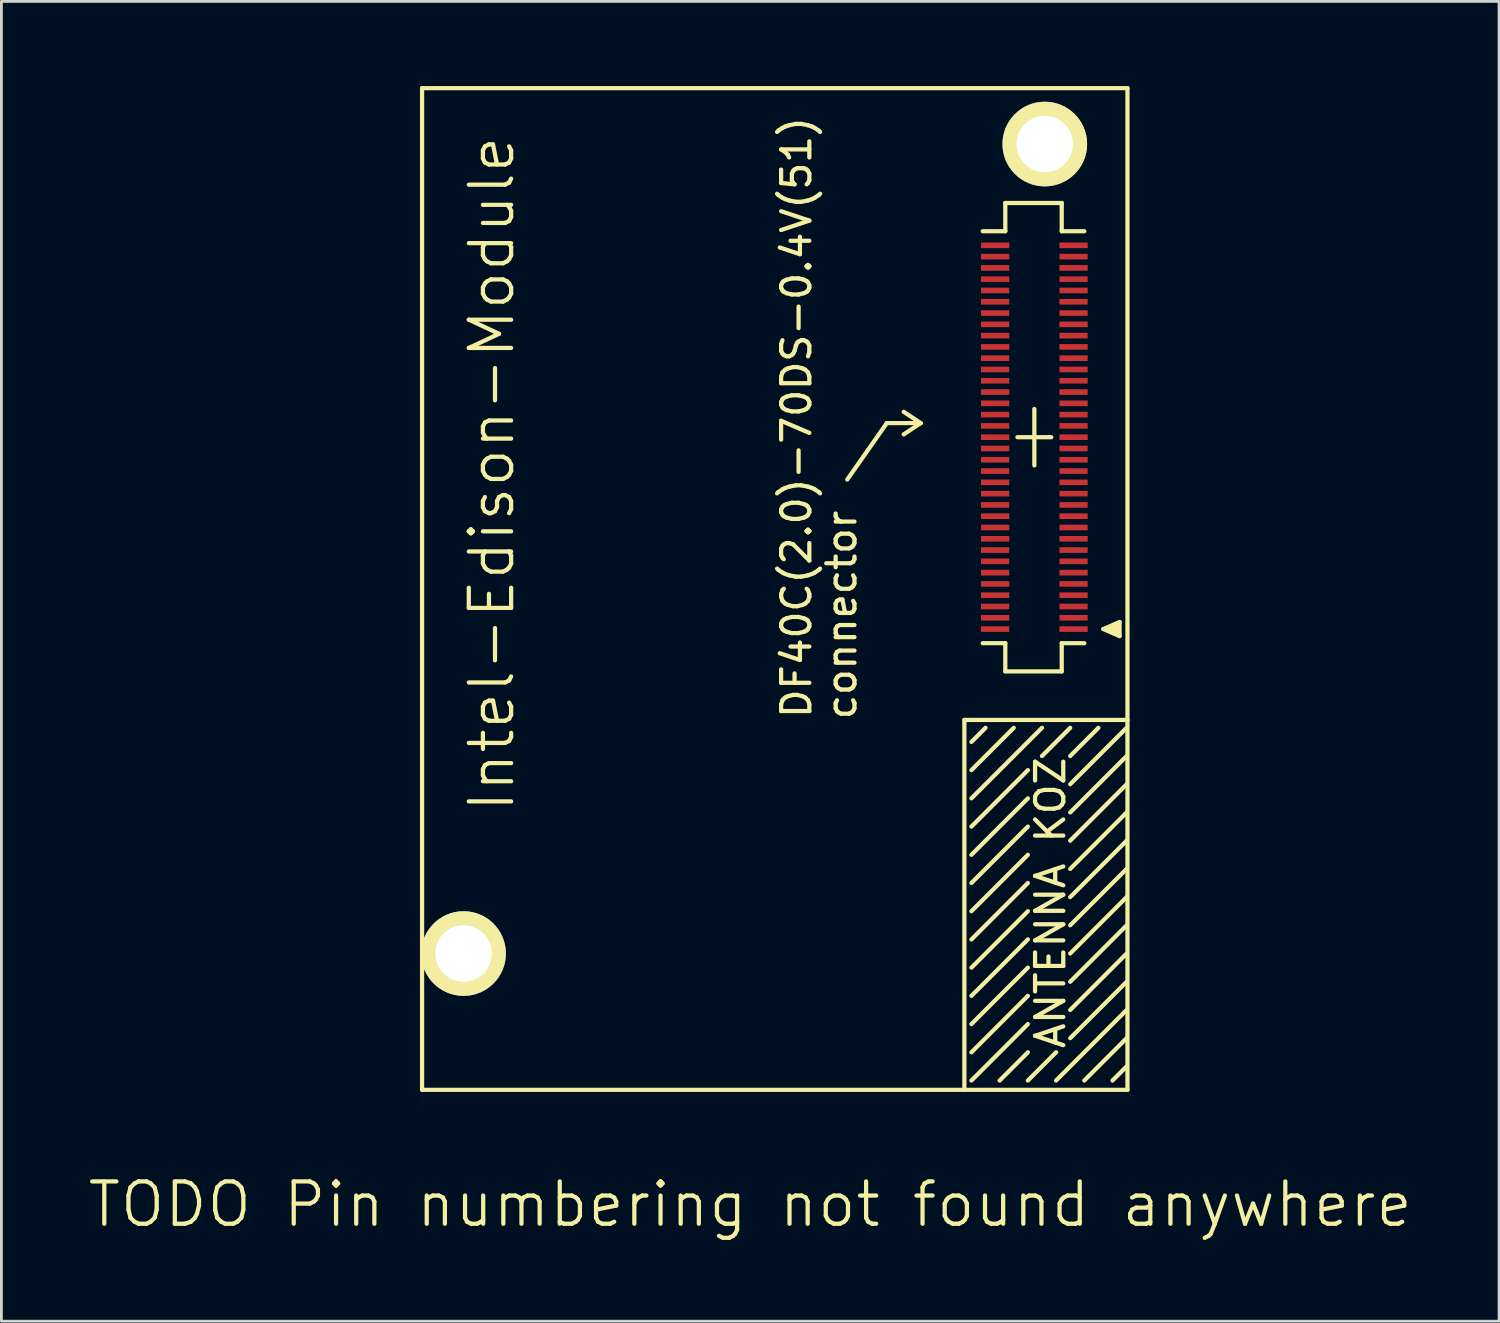
<source format=kicad_pcb>
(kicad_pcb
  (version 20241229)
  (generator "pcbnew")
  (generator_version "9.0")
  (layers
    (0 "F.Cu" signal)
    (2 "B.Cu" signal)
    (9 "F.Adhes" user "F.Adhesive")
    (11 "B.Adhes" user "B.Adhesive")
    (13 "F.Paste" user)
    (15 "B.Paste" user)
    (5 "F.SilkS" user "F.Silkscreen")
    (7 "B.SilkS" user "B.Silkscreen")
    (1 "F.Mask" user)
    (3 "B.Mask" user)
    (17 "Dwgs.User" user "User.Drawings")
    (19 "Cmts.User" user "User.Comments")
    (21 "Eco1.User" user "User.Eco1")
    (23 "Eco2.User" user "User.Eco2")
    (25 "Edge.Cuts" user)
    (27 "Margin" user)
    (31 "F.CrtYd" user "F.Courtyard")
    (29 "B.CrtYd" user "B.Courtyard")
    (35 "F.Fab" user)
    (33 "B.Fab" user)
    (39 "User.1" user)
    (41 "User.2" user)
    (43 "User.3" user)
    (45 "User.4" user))
  (footprint "Intel-Edison-Module"
    (layer "F.Cu")
    (at 13.379 30.745)
    (property "Reference" "Intel-Edison-Module" (at 1 -17 90) (layer "F.SilkS") (effects (font (size 1.5 1.5) (thickness 0.15))))
    (attr through_hole)
    (fp_line (start -1.47 4.83) (end -1.47 -30.67) (stroke (width 0.15) (type solid)) (layer "F.SilkS"))
    (fp_line (start -1.47 4.83) (end 23.53 4.83) (stroke (width 0.15) (type solid)) (layer "F.SilkS"))
    (fp_line (start 13.6 -16.8) (end 15 -18.8) (stroke (width 0.15) (type solid)) (layer "F.SilkS"))
    (fp_line (start 15 -18.8) (end 16.2 -18.8) (stroke (width 0.15) (type solid)) (layer "F.SilkS"))
    (fp_line (start 15.6 -18.4) (end 16.2 -18.8) (stroke (width 0.15) (type solid)) (layer "F.SilkS"))
    (fp_line (start 16.2 -18.8) (end 15.6 -19.2) (stroke (width 0.15) (type solid)) (layer "F.SilkS"))
    (fp_line (start 17.75 -8.28) (end 17.75 4.83) (stroke (width 0.15) (type solid)) (layer "F.SilkS"))
    (fp_line (start 17.75 -8.28) (end 23.53 -8.28) (stroke (width 0.15) (type solid)) (layer "F.SilkS"))
    (fp_line (start 18 -7.5) (end 18.5 -8) (stroke (width 0.15) (type solid)) (layer "F.SilkS"))
    (fp_line (start 18 -6.5) (end 19.5 -8) (stroke (width 0.15) (type solid)) (layer "F.SilkS"))
    (fp_line (start 18 -5.5) (end 20.5 -8) (stroke (width 0.15) (type solid)) (layer "F.SilkS"))
    (fp_line (start 18 -4.5) (end 20 -6.5) (stroke (width 0.15) (type solid)) (layer "F.SilkS"))
    (fp_line (start 18 -3.5) (end 20 -5.5) (stroke (width 0.15) (type solid)) (layer "F.SilkS"))
    (fp_line (start 18 -2.5) (end 20 -4.5) (stroke (width 0.15) (type solid)) (layer "F.SilkS"))
    (fp_line (start 18 -1.5) (end 20 -3.5) (stroke (width 0.15) (type solid)) (layer "F.SilkS"))
    (fp_line (start 18 -0.5) (end 20 -2.5) (stroke (width 0.15) (type solid)) (layer "F.SilkS"))
    (fp_line (start 18 0.5) (end 20 -1.5) (stroke (width 0.15) (type solid)) (layer "F.SilkS"))
    (fp_line (start 18 1.5) (end 20 -0.5) (stroke (width 0.15) (type solid)) (layer "F.SilkS"))
    (fp_line (start 18 2.5) (end 20 0.5) (stroke (width 0.15) (type solid)) (layer "F.SilkS"))
    (fp_line (start 18 3.5) (end 20 1.5) (stroke (width 0.15) (type solid)) (layer "F.SilkS"))
    (fp_line (start 18 4.5) (end 20 2.5) (stroke (width 0.15) (type solid)) (layer "F.SilkS"))
    (fp_line (start 18.4 -25.6) (end 19.2 -25.6) (stroke (width 0.15) (type solid)) (layer "F.SilkS"))
    (fp_line (start 18.4 -11) (end 19.2 -11) (stroke (width 0.15) (type solid)) (layer "F.SilkS"))
    (fp_line (start 19.2 -26.6) (end 21.2 -26.6) (stroke (width 0.15) (type solid)) (layer "F.SilkS"))
    (fp_line (start 19.2 -25.6) (end 19.2 -26.6) (stroke (width 0.15) (type solid)) (layer "F.SilkS"))
    (fp_line (start 19.2 -11) (end 19.2 -10) (stroke (width 0.15) (type solid)) (layer "F.SilkS"))
    (fp_line (start 19.2 -10) (end 21.2 -10) (stroke (width 0.15) (type solid)) (layer "F.SilkS"))
    (fp_line (start 20 3.5) (end 19 4.5) (stroke (width 0.15) (type solid)) (layer "F.SilkS"))
    (fp_line (start 20.23 -19.3) (end 20.23 -17.3) (stroke (width 0.15) (type solid)) (layer "F.SilkS"))
    (fp_line (start 20.5 -7) (end 21.5 -8) (stroke (width 0.15) (type solid)) (layer "F.SilkS"))
    (fp_line (start 20.83 -18.3) (end 19.63 -18.3) (stroke (width 0.15) (type solid)) (layer "F.SilkS"))
    (fp_line (start 21 3.5) (end 20 4.5) (stroke (width 0.15) (type solid)) (layer "F.SilkS"))
    (fp_line (start 21 4.5) (end 23.5 2) (stroke (width 0.15) (type solid)) (layer "F.SilkS"))
    (fp_line (start 21.2 -26.6) (end 21.2 -25.6) (stroke (width 0.15) (type solid)) (layer "F.SilkS"))
    (fp_line (start 21.2 -25.6) (end 22 -25.6) (stroke (width 0.15) (type solid)) (layer "F.SilkS"))
    (fp_line (start 21.2 -11) (end 22 -11) (stroke (width 0.15) (type solid)) (layer "F.SilkS"))
    (fp_line (start 21.2 -10) (end 21.2 -11) (stroke (width 0.15) (type solid)) (layer "F.SilkS"))
    (fp_line (start 21.5 -7) (end 22.5 -8) (stroke (width 0.15) (type solid)) (layer "F.SilkS"))
    (fp_line (start 21.5 -6) (end 23.5 -8) (stroke (width 0.15) (type solid)) (layer "F.SilkS"))
    (fp_line (start 21.5 -5) (end 23.5 -7) (stroke (width 0.15) (type solid)) (layer "F.SilkS"))
    (fp_line (start 21.5 -4) (end 23.5 -6) (stroke (width 0.15) (type solid)) (layer "F.SilkS"))
    (fp_line (start 21.5 -3) (end 23.5 -5) (stroke (width 0.15) (type solid)) (layer "F.SilkS"))
    (fp_line (start 21.5 -2) (end 23.5 -4) (stroke (width 0.15) (type solid)) (layer "F.SilkS"))
    (fp_line (start 21.5 -1) (end 23.5 -3) (stroke (width 0.15) (type solid)) (layer "F.SilkS"))
    (fp_line (start 21.5 0) (end 23.5 -2) (stroke (width 0.15) (type solid)) (layer "F.SilkS"))
    (fp_line (start 21.5 1) (end 23.5 -1) (stroke (width 0.15) (type solid)) (layer "F.SilkS"))
    (fp_line (start 21.5 2) (end 23.5 0) (stroke (width 0.15) (type solid)) (layer "F.SilkS"))
    (fp_line (start 21.5 3) (end 23.5 1) (stroke (width 0.15) (type solid)) (layer "F.SilkS"))
    (fp_line (start 22 4.5) (end 23.5 3) (stroke (width 0.15) (type solid)) (layer "F.SilkS"))
    (fp_line (start 22.675 -11.5) (end 23.25 -11.25) (stroke (width 0.15) (type solid)) (layer "F.SilkS"))
    (fp_line (start 22.85 -11.525) (end 23.2 -11.6) (stroke (width 0.15) (type solid)) (layer "F.SilkS"))
    (fp_line (start 23 4.5) (end 23.5 4) (stroke (width 0.15) (type solid)) (layer "F.SilkS"))
    (fp_line (start 23.2 -11.6) (end 23.2 -11.35) (stroke (width 0.15) (type solid)) (layer "F.SilkS"))
    (fp_line (start 23.2 -11.35) (end 22.85 -11.525) (stroke (width 0.15) (type solid)) (layer "F.SilkS"))
    (fp_line (start 23.2 -11.35) (end 23.1 -11.55) (stroke (width 0.15) (type solid)) (layer "F.SilkS"))
    (fp_line (start 23.25 -11.75) (end 22.675 -11.5) (stroke (width 0.15) (type solid)) (layer "F.SilkS"))
    (fp_line (start 23.25 -11.25) (end 23.25 -11.75) (stroke (width 0.15) (type solid)) (layer "F.SilkS"))
    (fp_line (start 23.53 -30.67) (end -1.47 -30.67) (stroke (width 0.15) (type solid)) (layer "F.SilkS"))
    (fp_line (start 23.53 4.83) (end 23.53 -30.67) (stroke (width 0.15) (type solid)) (layer "F.SilkS"))
    (fp_text user "DF40C(2.0)-70DS-0.4V(51)" (at 11.8 -19 90) (layer "F.SilkS") (effects (font (size 1 1) (thickness 0.15))))
    (fp_text user "ANTENNA KOZ" (at 20.8 -1.8 90) (layer "F.SilkS") (effects (font (size 1 1) (thickness 0.15))))
    (fp_text user "TODO Pin numbering not found anywhere" (at 10.16 8.89 0) (layer "F.SilkS") (effects (font (size 1.5 1.5) (thickness 0.15))))
    (fp_text user "connector" (at 13.4 -12 90) (layer "F.SilkS") (effects (font (size 1 1) (thickness 0.15))))
    (pad "1" thru_hole circle (at 0 0) (size 3 3) (drill 2) (layers "*.Cu" "*.Mask" "F.SilkS"))
    (pad "1" smd rect (at 22.12 -11.5) (size 1 0.2) (drill (offset -0.5 0)) (layers "F.Cu" "F.Mask" "F.Paste"))
    (pad "2" thru_hole circle (at 20.6 -28.69) (size 3 3) (drill 2) (layers "*.Cu" "*.Mask" "F.SilkS"))
    (pad "2" smd rect (at 22.12 -11.9) (size 1 0.2) (drill (offset -0.5 0)) (layers "F.Cu" "F.Mask" "F.Paste"))
    (pad "3" smd rect (at 22.12 -12.3) (size 1 0.2) (drill (offset -0.5 0)) (layers "F.Cu" "F.Mask" "F.Paste"))
    (pad "4" smd rect (at 22.12 -12.7) (size 1 0.2) (drill (offset -0.5 0)) (layers "F.Cu" "F.Mask" "F.Paste"))
    (pad "5" smd rect (at 22.12 -13.1) (size 1 0.2) (drill (offset -0.5 0)) (layers "F.Cu" "F.Mask" "F.Paste"))
    (pad "6" smd rect (at 22.12 -13.5) (size 1 0.2) (drill (offset -0.5 0)) (layers "F.Cu" "F.Mask" "F.Paste"))
    (pad "7" smd rect (at 22.12 -13.9) (size 1 0.2) (drill (offset -0.5 0)) (layers "F.Cu" "F.Mask" "F.Paste"))
    (pad "8" smd rect (at 22.12 -14.3) (size 1 0.2) (drill (offset -0.5 0)) (layers "F.Cu" "F.Mask" "F.Paste"))
    (pad "9" smd rect (at 22.12 -14.7) (size 1 0.2) (drill (offset -0.5 0)) (layers "F.Cu" "F.Mask" "F.Paste"))
    (pad "10" smd rect (at 22.12 -15.1) (size 1 0.2) (drill (offset -0.5 0)) (layers "F.Cu" "F.Mask" "F.Paste"))
    (pad "11" smd rect (at 22.12 -15.5) (size 1 0.2) (drill (offset -0.5 0)) (layers "F.Cu" "F.Mask" "F.Paste"))
    (pad "12" smd rect (at 22.12 -15.9) (size 1 0.2) (drill (offset -0.5 0)) (layers "F.Cu" "F.Mask" "F.Paste"))
    (pad "13" smd rect (at 22.12 -16.3) (size 1 0.2) (drill (offset -0.5 0)) (layers "F.Cu" "F.Mask" "F.Paste"))
    (pad "14" smd rect (at 22.12 -16.7) (size 1 0.2) (drill (offset -0.5 0)) (layers "F.Cu" "F.Mask" "F.Paste"))
    (pad "15" smd rect (at 22.12 -17.1) (size 1 0.2) (drill (offset -0.5 0)) (layers "F.Cu" "F.Mask" "F.Paste"))
    (pad "16" smd rect (at 22.12 -17.5) (size 1 0.2) (drill (offset -0.5 0)) (layers "F.Cu" "F.Mask" "F.Paste"))
    (pad "17" smd rect (at 22.12 -17.9) (size 1 0.2) (drill (offset -0.5 0)) (layers "F.Cu" "F.Mask" "F.Paste"))
    (pad "18" smd rect (at 22.12 -18.3) (size 1 0.2) (drill (offset -0.5 0)) (layers "F.Cu" "F.Mask" "F.Paste"))
    (pad "19" smd rect (at 22.12 -18.7) (size 1 0.2) (drill (offset -0.5 0)) (layers "F.Cu" "F.Mask" "F.Paste"))
    (pad "20" smd rect (at 22.12 -19.1) (size 1 0.2) (drill (offset -0.5 0)) (layers "F.Cu" "F.Mask" "F.Paste"))
    (pad "21" smd rect (at 22.12 -19.5) (size 1 0.2) (drill (offset -0.5 0)) (layers "F.Cu" "F.Mask" "F.Paste"))
    (pad "22" smd rect (at 22.12 -19.9) (size 1 0.2) (drill (offset -0.5 0)) (layers "F.Cu" "F.Mask" "F.Paste"))
    (pad "23" smd rect (at 22.12 -20.3) (size 1 0.2) (drill (offset -0.5 0)) (layers "F.Cu" "F.Mask" "F.Paste"))
    (pad "24" smd rect (at 22.12 -20.7) (size 1 0.2) (drill (offset -0.5 0)) (layers "F.Cu" "F.Mask" "F.Paste"))
    (pad "25" smd rect (at 22.12 -21.1) (size 1 0.2) (drill (offset -0.5 0)) (layers "F.Cu" "F.Mask" "F.Paste"))
    (pad "26" smd rect (at 22.12 -21.5) (size 1 0.2) (drill (offset -0.5 0)) (layers "F.Cu" "F.Mask" "F.Paste"))
    (pad "27" smd rect (at 22.12 -21.9) (size 1 0.2) (drill (offset -0.5 0)) (layers "F.Cu" "F.Mask" "F.Paste"))
    (pad "28" smd rect (at 22.12 -22.3) (size 1 0.2) (drill (offset -0.5 0)) (layers "F.Cu" "F.Mask" "F.Paste"))
    (pad "29" smd rect (at 22.12 -22.7) (size 1 0.2) (drill (offset -0.5 0)) (layers "F.Cu" "F.Mask" "F.Paste"))
    (pad "30" smd rect (at 22.12 -23.1) (size 1 0.2) (drill (offset -0.5 0)) (layers "F.Cu" "F.Mask" "F.Paste"))
    (pad "31" smd rect (at 22.12 -23.5) (size 1 0.2) (drill (offset -0.5 0)) (layers "F.Cu" "F.Mask" "F.Paste"))
    (pad "32" smd rect (at 22.12 -23.9) (size 1 0.2) (drill (offset -0.5 0)) (layers "F.Cu" "F.Mask" "F.Paste"))
    (pad "33" smd rect (at 22.12 -24.3) (size 1 0.2) (drill (offset -0.5 0)) (layers "F.Cu" "F.Mask" "F.Paste"))
    (pad "34" smd rect (at 22.12 -24.7) (size 1 0.2) (drill (offset -0.5 0)) (layers "F.Cu" "F.Mask" "F.Paste"))
    (pad "35" smd rect (at 22.12 -25.1) (size 1 0.2) (drill (offset -0.5 0)) (layers "F.Cu" "F.Mask" "F.Paste"))
    (pad "36" smd rect (at 18.34 -25.1 180) (size 1 0.2) (drill (offset -0.5 0)) (layers "F.Cu" "F.Mask" "F.Paste"))
    (pad "37" smd rect (at 18.34 -24.7 180) (size 1 0.2) (drill (offset -0.5 0)) (layers "F.Cu" "F.Mask" "F.Paste"))
    (pad "38" smd rect (at 18.34 -24.3 180) (size 1 0.2) (drill (offset -0.5 0)) (layers "F.Cu" "F.Mask" "F.Paste"))
    (pad "39" smd rect (at 18.34 -23.9 180) (size 1 0.2) (drill (offset -0.5 0)) (layers "F.Cu" "F.Mask" "F.Paste"))
    (pad "40" smd rect (at 18.34 -23.5 180) (size 1 0.2) (drill (offset -0.5 0)) (layers "F.Cu" "F.Mask" "F.Paste"))
    (pad "41" smd rect (at 18.34 -23.1 180) (size 1 0.2) (drill (offset -0.5 0)) (layers "F.Cu" "F.Mask" "F.Paste"))
    (pad "42" smd rect (at 18.34 -22.7 180) (size 1 0.2) (drill (offset -0.5 0)) (layers "F.Cu" "F.Mask" "F.Paste"))
    (pad "43" smd rect (at 18.34 -22.3 180) (size 1 0.2) (drill (offset -0.5 0)) (layers "F.Cu" "F.Mask" "F.Paste"))
    (pad "44" smd rect (at 18.34 -21.9 180) (size 1 0.2) (drill (offset -0.5 0)) (layers "F.Cu" "F.Mask" "F.Paste"))
    (pad "45" smd rect (at 18.34 -21.5 180) (size 1 0.2) (drill (offset -0.5 0)) (layers "F.Cu" "F.Mask" "F.Paste"))
    (pad "46" smd rect (at 18.34 -21.1 180) (size 1 0.2) (drill (offset -0.5 0)) (layers "F.Cu" "F.Mask" "F.Paste"))
    (pad "47" smd rect (at 18.34 -20.7 180) (size 1 0.2) (drill (offset -0.5 0)) (layers "F.Cu" "F.Mask" "F.Paste"))
    (pad "48" smd rect (at 18.34 -20.3 180) (size 1 0.2) (drill (offset -0.5 0)) (layers "F.Cu" "F.Mask" "F.Paste"))
    (pad "49" smd rect (at 18.34 -19.9 180) (size 1 0.2) (drill (offset -0.5 0)) (layers "F.Cu" "F.Mask" "F.Paste"))
    (pad "50" smd rect (at 18.34 -19.5 180) (size 1 0.2) (drill (offset -0.5 0)) (layers "F.Cu" "F.Mask" "F.Paste"))
    (pad "51" smd rect (at 18.34 -19.1 180) (size 1 0.2) (drill (offset -0.5 0)) (layers "F.Cu" "F.Mask" "F.Paste"))
    (pad "52" smd rect (at 18.34 -18.7 180) (size 1 0.2) (drill (offset -0.5 0)) (layers "F.Cu" "F.Mask" "F.Paste"))
    (pad "53" smd rect (at 18.34 -18.3 180) (size 1 0.2) (drill (offset -0.5 0)) (layers "F.Cu" "F.Mask" "F.Paste"))
    (pad "54" smd rect (at 18.34 -17.9 180) (size 1 0.2) (drill (offset -0.5 0)) (layers "F.Cu" "F.Mask" "F.Paste"))
    (pad "55" smd rect (at 18.34 -17.5 180) (size 1 0.2) (drill (offset -0.5 0)) (layers "F.Cu" "F.Mask" "F.Paste"))
    (pad "56" smd rect (at 18.34 -17.1 180) (size 1 0.2) (drill (offset -0.5 0)) (layers "F.Cu" "F.Mask" "F.Paste"))
    (pad "57" smd rect (at 18.34 -16.7 180) (size 1 0.2) (drill (offset -0.5 0)) (layers "F.Cu" "F.Mask" "F.Paste"))
    (pad "58" smd rect (at 18.34 -16.3 180) (size 1 0.2) (drill (offset -0.5 0)) (layers "F.Cu" "F.Mask" "F.Paste"))
    (pad "59" smd rect (at 18.34 -15.9 180) (size 1 0.2) (drill (offset -0.5 0)) (layers "F.Cu" "F.Mask" "F.Paste"))
    (pad "60" smd rect (at 18.34 -15.5 180) (size 1 0.2) (drill (offset -0.5 0)) (layers "F.Cu" "F.Mask" "F.Paste"))
    (pad "61" smd rect (at 18.34 -15.1 180) (size 1 0.2) (drill (offset -0.5 0)) (layers "F.Cu" "F.Mask" "F.Paste"))
    (pad "62" smd rect (at 18.34 -14.7 180) (size 1 0.2) (drill (offset -0.5 0)) (layers "F.Cu" "F.Mask" "F.Paste"))
    (pad "63" smd rect (at 18.34 -14.3 180) (size 1 0.2) (drill (offset -0.5 0)) (layers "F.Cu" "F.Mask" "F.Paste"))
    (pad "64" smd rect (at 18.34 -13.9 180) (size 1 0.2) (drill (offset -0.5 0)) (layers "F.Cu" "F.Mask" "F.Paste"))
    (pad "65" smd rect (at 18.34 -13.5 180) (size 1 0.2) (drill (offset -0.5 0)) (layers "F.Cu" "F.Mask" "F.Paste"))
    (pad "66" smd rect (at 18.34 -13.1 180) (size 1 0.2) (drill (offset -0.5 0)) (layers "F.Cu" "F.Mask" "F.Paste"))
    (pad "67" smd rect (at 18.34 -12.7 180) (size 1 0.2) (drill (offset -0.5 0)) (layers "F.Cu" "F.Mask" "F.Paste"))
    (pad "68" smd rect (at 18.34 -12.3 180) (size 1 0.2) (drill (offset -0.5 0)) (layers "F.Cu" "F.Mask" "F.Paste"))
    (pad "69" smd rect (at 18.34 -11.9 180) (size 1 0.2) (drill (offset -0.5 0)) (layers "F.Cu" "F.Mask" "F.Paste"))
    (pad "70" smd rect (at 18.34 -11.5 180) (size 1 0.2) (drill (offset -0.5 0)) (layers "F.Cu" "F.Mask" "F.Paste")))
  (gr_rect
    (start -3 -3)
    (end 50.079 43.776)
    (stroke (width 0.1) (type default))
    (fill no)
    (layer "Edge.Cuts")))
</source>
